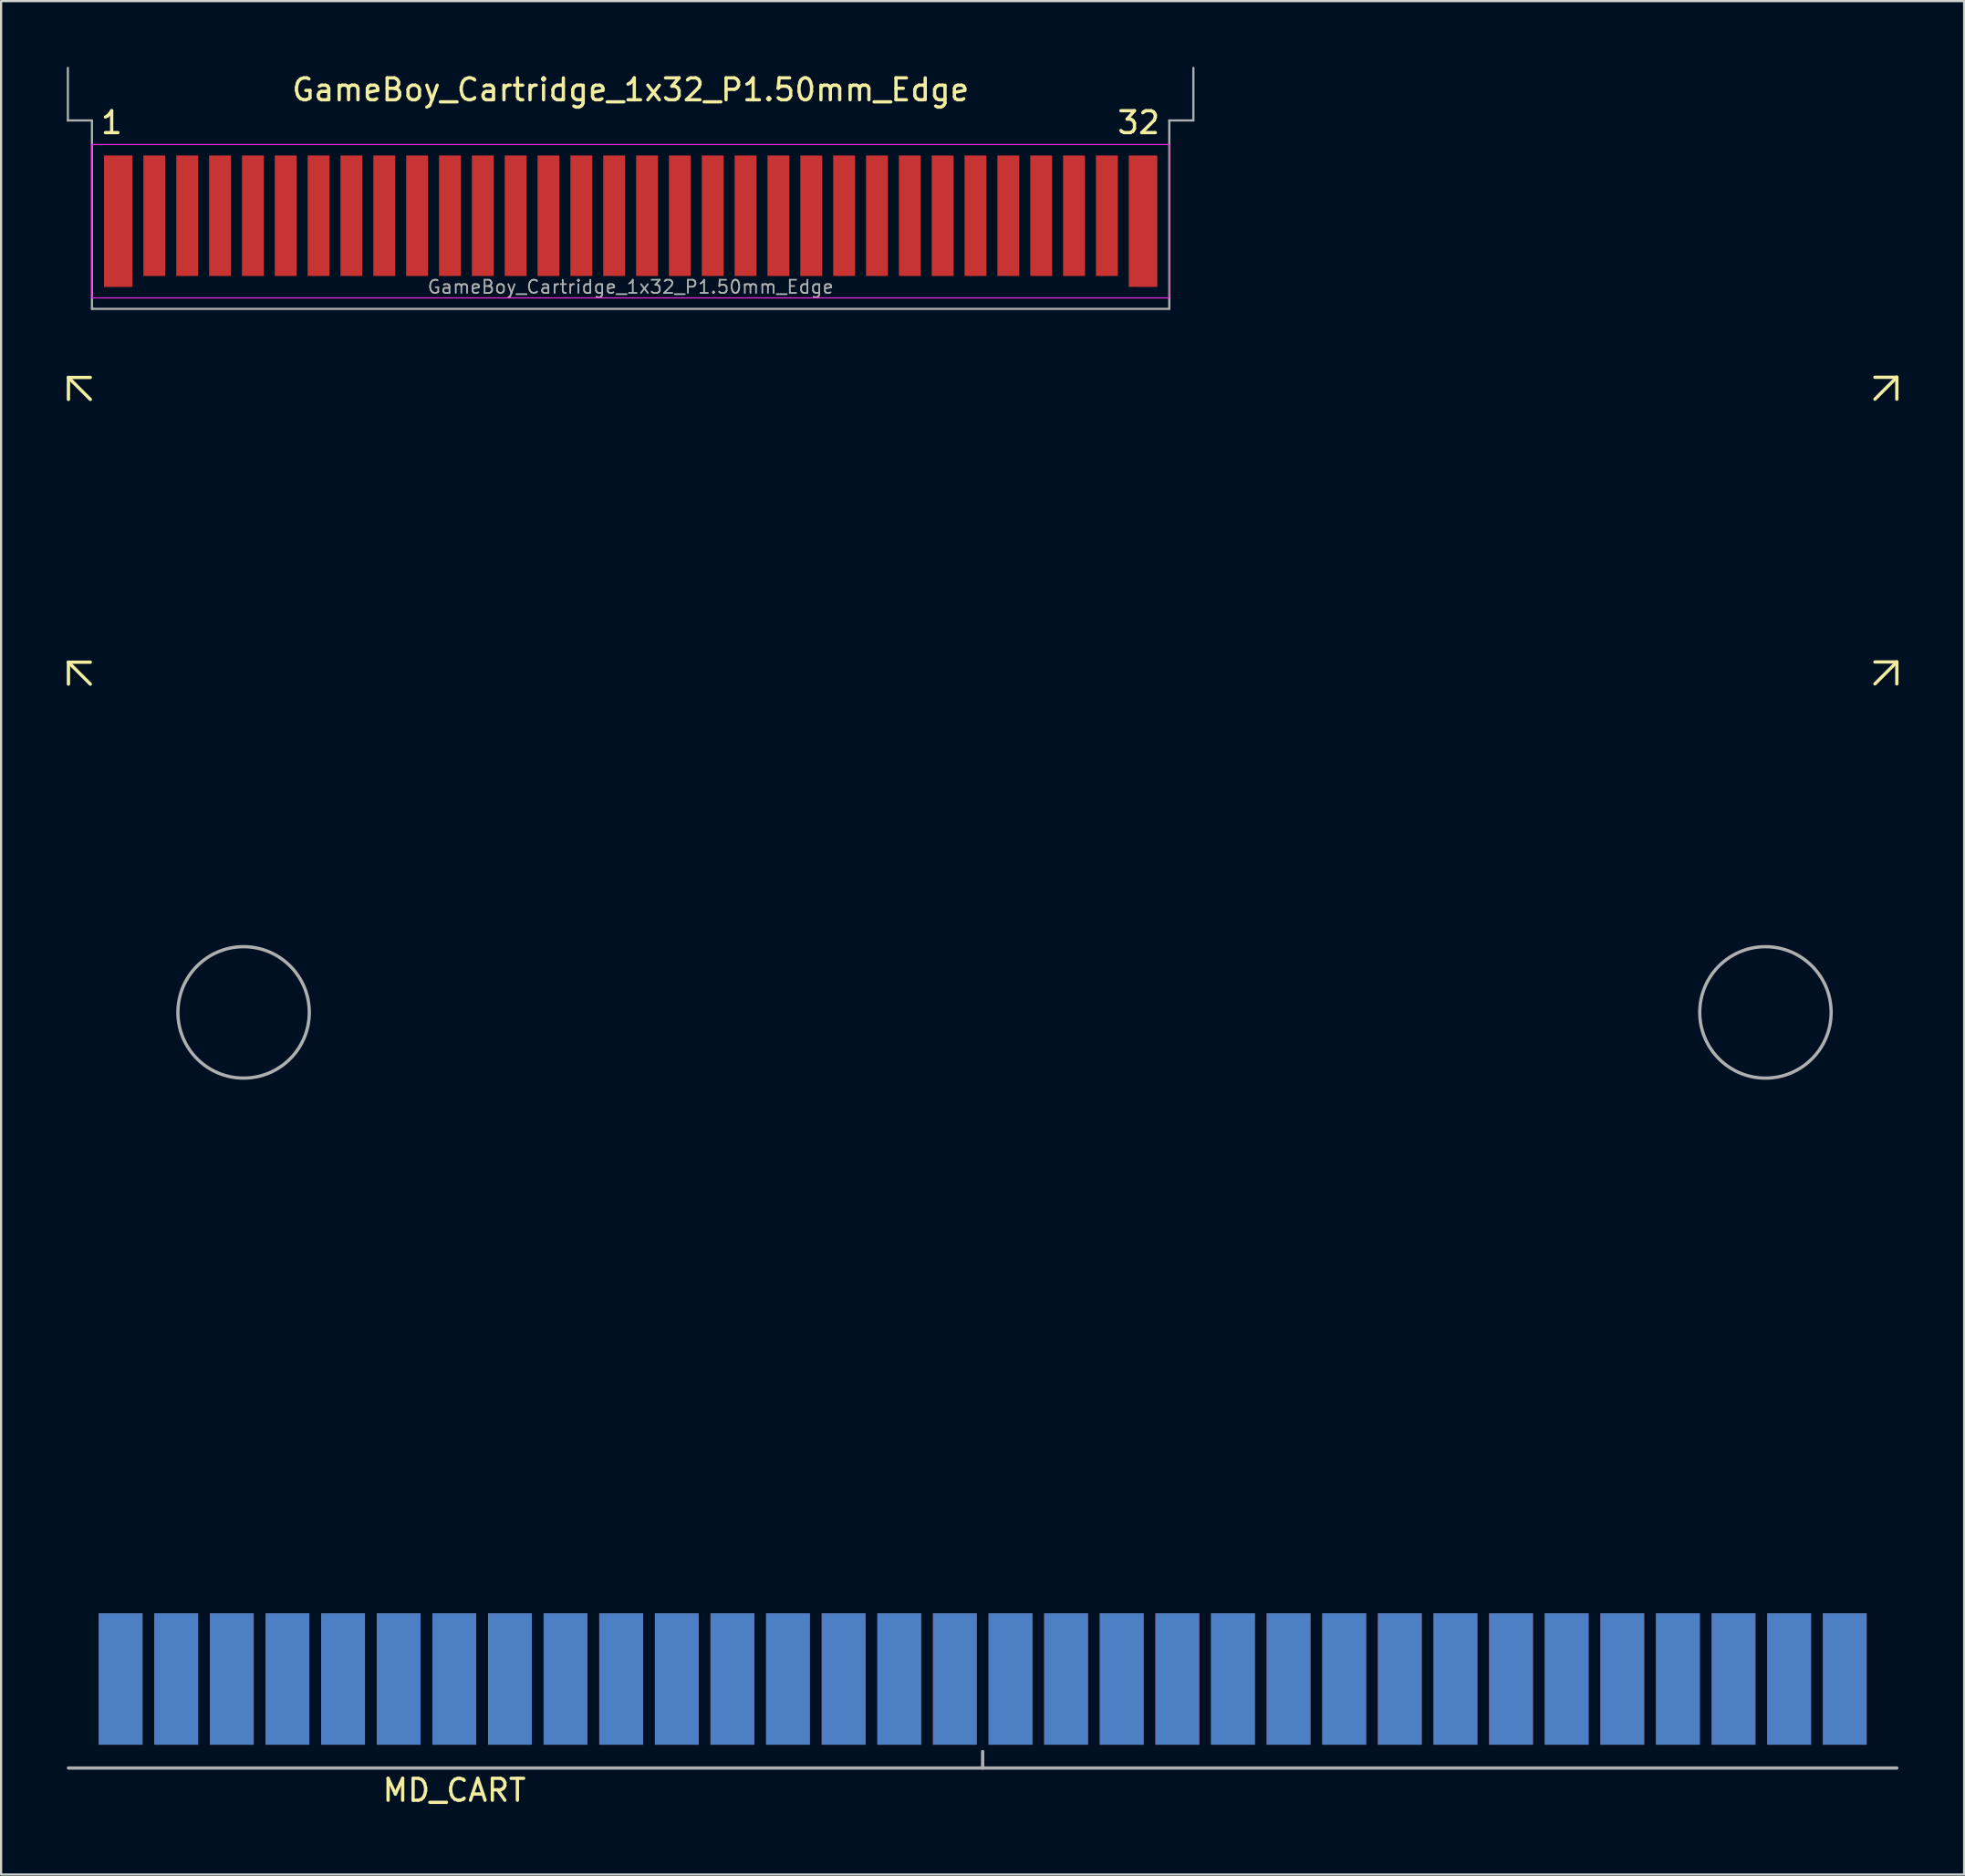
<source format=kicad_pcb>
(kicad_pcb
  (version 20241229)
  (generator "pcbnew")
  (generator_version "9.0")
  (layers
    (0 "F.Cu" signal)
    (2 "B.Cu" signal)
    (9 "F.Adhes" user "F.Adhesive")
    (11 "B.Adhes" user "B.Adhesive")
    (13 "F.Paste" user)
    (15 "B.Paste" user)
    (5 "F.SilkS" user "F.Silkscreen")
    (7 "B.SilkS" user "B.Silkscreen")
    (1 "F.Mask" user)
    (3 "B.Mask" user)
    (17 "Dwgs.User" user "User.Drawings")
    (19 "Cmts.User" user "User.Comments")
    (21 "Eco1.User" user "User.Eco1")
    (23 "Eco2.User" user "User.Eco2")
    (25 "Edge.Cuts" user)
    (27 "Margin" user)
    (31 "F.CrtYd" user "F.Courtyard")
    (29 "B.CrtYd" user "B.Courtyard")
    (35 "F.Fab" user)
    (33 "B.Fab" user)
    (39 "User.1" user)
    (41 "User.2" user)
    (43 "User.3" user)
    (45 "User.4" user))
  (footprint "MD_CART"
    (layer "F.Cu")
    (at 41.825 77.675)
    (property "Reference" "MD_CART" (at -24.128 1.016 0) (layer "F.SilkS") (effects (font (size 1 1) (thickness 0.15))))
    (attr through_hole)
    (fp_line (start -41.75 -63.49) (end -40.75 -63.49) (stroke (width 0.15) (type solid)) (layer "F.SilkS"))
    (fp_line (start -41.75 -63.49) (end -40.75 -62.49) (stroke (width 0.15) (type solid)) (layer "F.SilkS"))
    (fp_line (start -41.75 -62.49) (end -41.75 -63.49) (stroke (width 0.15) (type solid)) (layer "F.SilkS"))
    (fp_line (start -41.75 -50.49) (end -40.75 -50.49) (stroke (width 0.15) (type solid)) (layer "F.SilkS"))
    (fp_line (start -41.75 -50.49) (end -40.75 -49.49) (stroke (width 0.15) (type solid)) (layer "F.SilkS"))
    (fp_line (start -41.75 -49.49) (end -41.75 -50.49) (stroke (width 0.15) (type solid)) (layer "F.SilkS"))
    (fp_line (start 40.75 -63.5) (end 41.75 -63.5) (stroke (width 0.15) (type solid)) (layer "F.SilkS"))
    (fp_line (start 40.75 -50.5) (end 41.75 -50.5) (stroke (width 0.15) (type solid)) (layer "F.SilkS"))
    (fp_line (start 40.75 -49.5) (end 41.75 -50.5) (stroke (width 0.15) (type solid)) (layer "F.SilkS"))
    (fp_line (start 41.75 -63.5) (end 40.75 -62.5) (stroke (width 0.15) (type solid)) (layer "F.SilkS"))
    (fp_line (start 41.75 -63.5) (end 41.75 -62.5) (stroke (width 0.15) (type solid)) (layer "F.SilkS"))
    (fp_line (start 41.75 -50.5) (end 41.75 -49.5) (stroke (width 0.15) (type solid)) (layer "F.SilkS"))
    (fp_line (start -41.75 0) (end 41.75 0) (stroke (width 0.15) (type solid)) (layer "F.Fab"))
    (fp_line (start 0 0) (end 0 -0.75) (stroke (width 0.15) (type solid)) (layer "F.Fab"))
    (fp_circle (center -33.75 -34.5) (end -30.75 -34.5) (stroke (width 0.15) (type solid)) (fill no) (layer "F.Fab"))
    (fp_circle (center 35.75 -34.5) (end 35.75 -31.5) (stroke (width 0.15) (type solid)) (fill no) (layer "F.Fab"))
    (pad "1" connect rect (at -39.368 -4.064) (size 2 6) (layers "B.Cu" "B.Mask"))
    (pad "2" connect rect (at -36.828 -4.064) (size 2 6) (layers "B.Cu" "B.Mask"))
    (pad "3" connect rect (at -34.288 -4.064) (size 2 6) (layers "B.Cu" "B.Mask"))
    (pad "4" connect rect (at -31.748 -4.064) (size 2 6) (layers "B.Cu" "B.Mask"))
    (pad "5" connect rect (at -29.208 -4.064) (size 2 6) (layers "B.Cu" "B.Mask"))
    (pad "6" connect rect (at -26.668 -4.064) (size 2 6) (layers "B.Cu" "B.Mask"))
    (pad "7" connect rect (at -24.128 -4.064) (size 2 6) (layers "B.Cu" "B.Mask"))
    (pad "8" connect rect (at -21.588 -4.064) (size 2 6) (layers "B.Cu" "B.Mask"))
    (pad "9" connect rect (at -19.048 -4.064) (size 2 6) (layers "B.Cu" "B.Mask"))
    (pad "10" connect rect (at -16.508 -4.064) (size 2 6) (layers "B.Cu" "B.Mask"))
    (pad "11" connect rect (at -13.968 -4.064) (size 2 6) (layers "B.Cu" "B.Mask"))
    (pad "12" connect rect (at -11.428 -4.064) (size 2 6) (layers "B.Cu" "B.Mask"))
    (pad "13" connect rect (at -8.888 -4.064) (size 2 6) (layers "B.Cu" "B.Mask"))
    (pad "14" connect rect (at -6.348 -4.064) (size 2 6) (layers "B.Cu" "B.Mask"))
    (pad "15" connect rect (at -3.808 -4.064) (size 2 6) (layers "B.Cu" "B.Mask"))
    (pad "16" connect rect (at -1.268 -4.064) (size 2 6) (layers "B.Cu" "B.Mask"))
    (pad "17" connect rect (at 1.272 -4.064) (size 2 6) (layers "B.Cu" "B.Mask"))
    (pad "18" connect rect (at 3.812 -4.064) (size 2 6) (layers "B.Cu" "B.Mask"))
    (pad "19" connect rect (at 6.352 -4.064) (size 2 6) (layers "B.Cu" "B.Mask"))
    (pad "20" connect rect (at 8.892 -4.064) (size 2 6) (layers "B.Cu" "B.Mask"))
    (pad "21" connect rect (at 11.432 -4.064) (size 2 6) (layers "B.Cu" "B.Mask"))
    (pad "22" connect rect (at 13.972 -4.064) (size 2 6) (layers "B.Cu" "B.Mask"))
    (pad "23" connect rect (at 16.512 -4.064) (size 2 6) (layers "B.Cu" "B.Mask"))
    (pad "24" connect rect (at 19.052 -4.064) (size 2 6) (layers "B.Cu" "B.Mask"))
    (pad "25" connect rect (at 21.592 -4.064) (size 2 6) (layers "B.Cu" "B.Mask"))
    (pad "26" connect rect (at 24.132 -4.064) (size 2 6) (layers "B.Cu" "B.Mask"))
    (pad "27" connect rect (at 26.672 -4.064) (size 2 6) (layers "B.Cu" "B.Mask"))
    (pad "28" connect rect (at 29.212 -4.064) (size 2 6) (layers "B.Cu" "B.Mask"))
    (pad "29" connect rect (at 31.752 -4.064) (size 2 6) (layers "B.Cu" "B.Mask"))
    (pad "30" connect rect (at 34.292 -4.064) (size 2 6) (layers "B.Cu" "B.Mask"))
    (pad "31" connect rect (at 36.832 -4.064) (size 2 6) (layers "B.Cu" "B.Mask"))
    (pad "32" connect rect (at 39.372 -4.064) (size 2 6) (layers "B.Cu" "B.Mask"))
    (pad "33" connect rect (at -39.368 -4.064) (size 2 6) (layers "F.Cu" "F.Mask"))
    (pad "34" connect rect (at -36.828 -4.064) (size 2 6) (layers "F.Cu" "F.Mask"))
    (pad "35" connect rect (at -34.288 -4.064) (size 2 6) (layers "F.Cu" "F.Mask"))
    (pad "36" connect rect (at -31.748 -4.064) (size 2 6) (layers "F.Cu" "F.Mask"))
    (pad "37" connect rect (at -29.208 -4.064) (size 2 6) (layers "F.Cu" "F.Mask"))
    (pad "38" connect rect (at -26.668 -4.064) (size 2 6) (layers "F.Cu" "F.Mask"))
    (pad "39" connect rect (at -24.128 -4.064) (size 2 6) (layers "F.Cu" "F.Mask"))
    (pad "40" connect rect (at -21.588 -4.064) (size 2 6) (layers "F.Cu" "F.Mask"))
    (pad "41" connect rect (at -19.048 -4.064) (size 2 6) (layers "F.Cu" "F.Mask"))
    (pad "42" connect rect (at -16.508 -4.064) (size 2 6) (layers "F.Cu" "F.Mask"))
    (pad "43" connect rect (at -13.968 -4.064) (size 2 6) (layers "F.Cu" "F.Mask"))
    (pad "44" connect rect (at -11.428 -4.064) (size 2 6) (layers "F.Cu" "F.Mask"))
    (pad "45" connect rect (at -8.888 -4.064) (size 2 6) (layers "F.Cu" "F.Mask"))
    (pad "46" connect rect (at -6.348 -4.064) (size 2 6) (layers "F.Cu" "F.Mask"))
    (pad "47" connect rect (at -3.808 -4.064) (size 2 6) (layers "F.Cu" "F.Mask"))
    (pad "48" connect rect (at -1.268 -4.064) (size 2 6) (layers "F.Cu" "F.Mask"))
    (pad "49" connect rect (at 1.272 -4.064) (size 2 6) (layers "F.Cu" "F.Mask"))
    (pad "50" connect rect (at 3.812 -4.064) (size 2 6) (layers "F.Cu" "F.Mask"))
    (pad "51" connect rect (at 6.352 -4.064) (size 2 6) (layers "F.Cu" "F.Mask"))
    (pad "52" connect rect (at 8.892 -4.064) (size 2 6) (layers "F.Cu" "F.Mask"))
    (pad "53" connect rect (at 11.432 -4.064) (size 2 6) (layers "F.Cu" "F.Mask"))
    (pad "54" connect rect (at 13.972 -4.064) (size 2 6) (layers "F.Cu" "F.Mask"))
    (pad "55" connect rect (at 16.512 -4.064) (size 2 6) (layers "F.Cu" "F.Mask"))
    (pad "56" connect rect (at 19.052 -4.064) (size 2 6) (layers "F.Cu" "F.Mask"))
    (pad "57" connect rect (at 21.592 -4.064) (size 2 6) (layers "F.Cu" "F.Mask"))
    (pad "58" connect rect (at 24.132 -4.064) (size 2 6) (layers "F.Cu" "F.Mask"))
    (pad "59" connect rect (at 26.672 -4.064) (size 2 6) (layers "F.Cu" "F.Mask"))
    (pad "60" connect rect (at 29.212 -4.064) (size 2 6) (layers "F.Cu" "F.Mask"))
    (pad "61" connect rect (at 31.752 -4.064) (size 2 6) (layers "F.Cu" "F.Mask"))
    (pad "62" connect rect (at 34.292 -4.064) (size 2 6) (layers "F.Cu" "F.Mask"))
    (pad "63" connect rect (at 36.832 -4.064) (size 2 6) (layers "F.Cu" "F.Mask"))
    (pad "64" connect rect (at 39.372 -4.064) (size 2 6) (layers "F.Cu" "F.Mask")))
  (footprint "GameBoy_Cartridge_1x32_P1.50mm_Edge"
    (layer "F.Cu")
    (at 25.75 7.05)
    (property "Reference" "GameBoy_Cartridge_1x32_P1.50mm_Edge" (at 0 -6 0) (layer "F.SilkS") (effects (font (size 1 1) (thickness 0.15))))
    (attr exclude_from_pos_files exclude_from_bom)
    (fp_line (start -24.6 -3.5) (end 24.6 -3.5) (stroke (width 0.05) (type solid)) (layer "F.CrtYd"))
    (fp_line (start -24.6 3.5) (end -24.6 -3.5) (stroke (width 0.05) (type solid)) (layer "F.CrtYd"))
    (fp_line (start 24.6 -3.5) (end 24.6 3.5) (stroke (width 0.05) (type solid)) (layer "F.CrtYd"))
    (fp_line (start 24.6 3.5) (end -24.6 3.5) (stroke (width 0.05) (type solid)) (layer "F.CrtYd"))
    (fp_line (start -25.7 -4.6) (end -25.7 -7) (stroke (width 0.1) (type solid)) (layer "F.Fab"))
    (fp_line (start -24.6 -4.6) (end -25.7 -4.6) (stroke (width 0.1) (type solid)) (layer "F.Fab"))
    (fp_line (start -24.6 4) (end -24.6 -4.6) (stroke (width 0.1) (type solid)) (layer "F.Fab"))
    (fp_line (start -24.6 4) (end 24.6 4) (stroke (width 0.1) (type solid)) (layer "F.Fab"))
    (fp_line (start 24.6 -4.6) (end 25.7 -4.6) (stroke (width 0.1) (type solid)) (layer "F.Fab"))
    (fp_line (start 24.6 4) (end 24.6 -4.6) (stroke (width 0.1) (type solid)) (layer "F.Fab"))
    (fp_line (start 25.7 -4.6) (end 25.7 -7) (stroke (width 0.1) (type solid)) (layer "F.Fab"))
    (fp_text user "1" (at -23.7 -4.5 0) (layer "F.SilkS") (effects (font (size 1 1) (thickness 0.15))))
    (fp_text user "32" (at 23.2 -4.5 0) (layer "F.SilkS") (effects (font (size 1 1) (thickness 0.15))))
    (fp_text user "${REFERENCE}" (at 0 3 0) (layer "F.Fab") (effects (font (size 0.6 0.6) (thickness 0.08))))
    (pad "1" connect rect (at -23.4 0 90) (size 6 1.3) (layers "F.Cu" "F.Mask"))
    (pad "2" connect rect (at -21.75 -0.25 90) (size 5.5 1) (layers "F.Cu" "F.Mask"))
    (pad "3" connect rect (at -20.25 -0.25 90) (size 5.5 1) (layers "F.Cu" "F.Mask"))
    (pad "4" connect rect (at -18.75 -0.25 90) (size 5.5 1) (layers "F.Cu" "F.Mask"))
    (pad "5" connect rect (at -17.25 -0.25 90) (size 5.5 1) (layers "F.Cu" "F.Mask"))
    (pad "6" connect rect (at -15.75 -0.25 90) (size 5.5 1) (layers "F.Cu" "F.Mask"))
    (pad "7" connect rect (at -14.25 -0.25 90) (size 5.5 1) (layers "F.Cu" "F.Mask"))
    (pad "8" connect rect (at -12.75 -0.25 90) (size 5.5 1) (layers "F.Cu" "F.Mask"))
    (pad "9" connect rect (at -11.25 -0.25 90) (size 5.5 1) (layers "F.Cu" "F.Mask"))
    (pad "10" connect rect (at -9.75 -0.25 90) (size 5.5 1) (layers "F.Cu" "F.Mask"))
    (pad "11" connect rect (at -8.25 -0.25 90) (size 5.5 1) (layers "F.Cu" "F.Mask"))
    (pad "12" connect rect (at -6.75 -0.25 90) (size 5.5 1) (layers "F.Cu" "F.Mask"))
    (pad "13" connect rect (at -5.25 -0.25 90) (size 5.5 1) (layers "F.Cu" "F.Mask"))
    (pad "14" connect rect (at -3.75 -0.25 90) (size 5.5 1) (layers "F.Cu" "F.Mask"))
    (pad "15" connect rect (at -2.25 -0.25 90) (size 5.5 1) (layers "F.Cu" "F.Mask"))
    (pad "16" connect rect (at -0.75 -0.25 90) (size 5.5 1) (layers "F.Cu" "F.Mask"))
    (pad "17" connect rect (at 0.75 -0.25 90) (size 5.5 1) (layers "F.Cu" "F.Mask"))
    (pad "18" connect rect (at 2.25 -0.25 90) (size 5.5 1) (layers "F.Cu" "F.Mask"))
    (pad "19" connect rect (at 3.75 -0.25 90) (size 5.5 1) (layers "F.Cu" "F.Mask"))
    (pad "20" connect rect (at 5.25 -0.25 90) (size 5.5 1) (layers "F.Cu" "F.Mask"))
    (pad "21" connect rect (at 6.75 -0.25 90) (size 5.5 1) (layers "F.Cu" "F.Mask"))
    (pad "22" connect rect (at 8.25 -0.25 90) (size 5.5 1) (layers "F.Cu" "F.Mask"))
    (pad "23" connect rect (at 9.75 -0.25 90) (size 5.5 1) (layers "F.Cu" "F.Mask"))
    (pad "24" connect rect (at 11.25 -0.25 90) (size 5.5 1) (layers "F.Cu" "F.Mask"))
    (pad "25" connect rect (at 12.75 -0.25 90) (size 5.5 1) (layers "F.Cu" "F.Mask"))
    (pad "26" connect rect (at 14.25 -0.25 90) (size 5.5 1) (layers "F.Cu" "F.Mask"))
    (pad "27" connect rect (at 15.75 -0.25 90) (size 5.5 1) (layers "F.Cu" "F.Mask"))
    (pad "28" connect rect (at 17.25 -0.25 90) (size 5.5 1) (layers "F.Cu" "F.Mask"))
    (pad "29" connect rect (at 18.75 -0.25 90) (size 5.5 1) (layers "F.Cu" "F.Mask"))
    (pad "30" connect rect (at 20.25 -0.25 90) (size 5.5 1) (layers "F.Cu" "F.Mask"))
    (pad "31" connect rect (at 21.75 -0.25 90) (size 5.5 1) (layers "F.Cu" "F.Mask"))
    (pad "32" connect rect (at 23.4 0 90) (size 6 1.3) (layers "F.Cu" "F.Mask")))
  (gr_rect
    (start -3 -3)
    (end 86.65 82.539)
    (stroke (width 0.1) (type default))
    (fill no)
    (layer "Edge.Cuts")))
</source>
